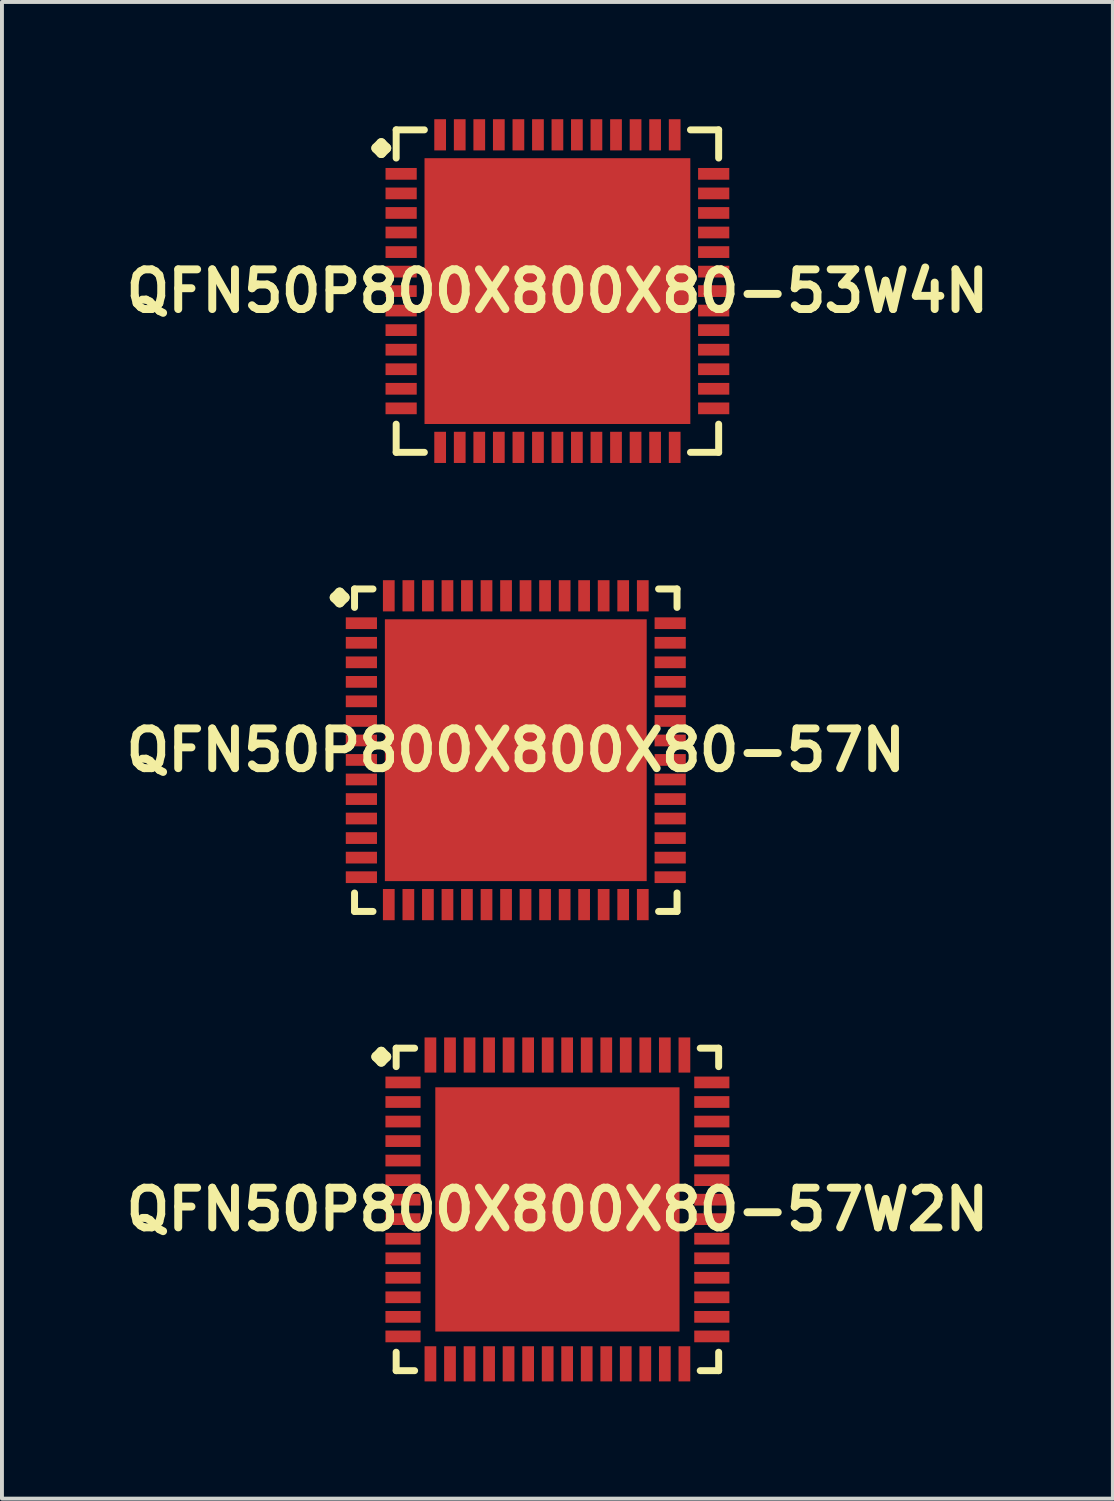
<source format=kicad_pcb>
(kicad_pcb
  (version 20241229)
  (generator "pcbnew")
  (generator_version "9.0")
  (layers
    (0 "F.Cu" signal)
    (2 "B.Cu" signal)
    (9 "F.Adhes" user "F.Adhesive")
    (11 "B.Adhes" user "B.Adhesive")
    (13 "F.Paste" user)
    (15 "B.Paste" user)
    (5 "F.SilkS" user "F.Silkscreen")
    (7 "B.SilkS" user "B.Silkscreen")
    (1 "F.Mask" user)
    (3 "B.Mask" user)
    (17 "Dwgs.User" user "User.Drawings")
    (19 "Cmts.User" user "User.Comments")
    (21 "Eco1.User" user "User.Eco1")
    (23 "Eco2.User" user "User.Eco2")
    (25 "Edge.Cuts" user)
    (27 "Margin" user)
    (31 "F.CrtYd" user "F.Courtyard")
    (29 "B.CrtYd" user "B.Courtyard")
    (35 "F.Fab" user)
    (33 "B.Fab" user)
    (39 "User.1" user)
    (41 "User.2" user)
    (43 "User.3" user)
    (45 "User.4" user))
  (footprint "QFN50P800X800X80-57W2N"
    (layer "F.Cu")
    (at 11.21 27.89)
    (property "Reference" "QFN50P800X800X80-57W2N" (at 0 0 0) (layer "F.SilkS") (effects (font (size 1.016 1.016) (thickness 0.203))))
    (attr smd)
    (fp_line (start -4.633 -3.907) (end -4.506 -4.034) (stroke (width 0.254) (type solid)) (layer "F.SilkS"))
    (fp_line (start -4.506 -4.034) (end -4.379 -3.907) (stroke (width 0.254) (type solid)) (layer "F.SilkS"))
    (fp_line (start -4.506 -3.78) (end -4.633 -3.907) (stroke (width 0.254) (type solid)) (layer "F.SilkS"))
    (fp_line (start -4.379 -3.907) (end -4.506 -3.78) (stroke (width 0.254) (type solid)) (layer "F.SilkS"))
    (fp_line (start -4.125 -4.125) (end -3.653 -4.125) (stroke (width 0.178) (type solid)) (layer "F.SilkS"))
    (fp_line (start -4.125 -3.653) (end -4.125 -4.125) (stroke (width 0.178) (type solid)) (layer "F.SilkS"))
    (fp_line (start -4.125 3.653) (end -4.125 4.125) (stroke (width 0.178) (type solid)) (layer "F.SilkS"))
    (fp_line (start -4.125 4.125) (end -3.653 4.125) (stroke (width 0.178) (type solid)) (layer "F.SilkS"))
    (fp_line (start 3.653 -4.125) (end 4.125 -4.125) (stroke (width 0.178) (type solid)) (layer "F.SilkS"))
    (fp_line (start 3.653 4.125) (end 4.125 4.125) (stroke (width 0.178) (type solid)) (layer "F.SilkS"))
    (fp_line (start 4.125 -4.125) (end 4.125 -3.653) (stroke (width 0.178) (type solid)) (layer "F.SilkS"))
    (fp_line (start 4.125 4.125) (end 4.125 3.653) (stroke (width 0.178) (type solid)) (layer "F.SilkS"))
    (pad "1" smd rect (at -3.95 -3.249) (size 0.899 0.3) (layers "F.Cu" "F.Mask" "F.Paste"))
    (pad "2" smd rect (at -3.95 -2.748) (size 0.899 0.3) (layers "F.Cu" "F.Mask" "F.Paste"))
    (pad "3" smd rect (at -3.95 -2.248) (size 0.899 0.3) (layers "F.Cu" "F.Mask" "F.Paste"))
    (pad "4" smd rect (at -3.95 -1.748) (size 0.899 0.3) (layers "F.Cu" "F.Mask" "F.Paste"))
    (pad "5" smd rect (at -3.95 -1.25) (size 0.899 0.3) (layers "F.Cu" "F.Mask" "F.Paste"))
    (pad "6" smd rect (at -3.95 -0.749) (size 0.899 0.3) (layers "F.Cu" "F.Mask" "F.Paste"))
    (pad "7" smd rect (at -3.95 -0.249) (size 0.899 0.3) (layers "F.Cu" "F.Mask" "F.Paste"))
    (pad "8" smd rect (at -3.95 0.249) (size 0.899 0.3) (layers "F.Cu" "F.Mask" "F.Paste"))
    (pad "9" smd rect (at -3.95 0.749) (size 0.899 0.3) (layers "F.Cu" "F.Mask" "F.Paste"))
    (pad "10" smd rect (at -3.95 1.25) (size 0.899 0.3) (layers "F.Cu" "F.Mask" "F.Paste"))
    (pad "11" smd rect (at -3.95 1.748) (size 0.899 0.3) (layers "F.Cu" "F.Mask" "F.Paste"))
    (pad "12" smd rect (at -3.95 2.248) (size 0.899 0.3) (layers "F.Cu" "F.Mask" "F.Paste"))
    (pad "13" smd rect (at -3.95 2.748) (size 0.899 0.3) (layers "F.Cu" "F.Mask" "F.Paste"))
    (pad "14" smd rect (at -3.95 3.249) (size 0.899 0.3) (layers "F.Cu" "F.Mask" "F.Paste"))
    (pad "15" smd rect (at -3.249 3.95) (size 0.3 0.899) (layers "F.Cu" "F.Mask" "F.Paste"))
    (pad "16" smd rect (at -2.748 3.95) (size 0.3 0.899) (layers "F.Cu" "F.Mask" "F.Paste"))
    (pad "17" smd rect (at -2.248 3.95) (size 0.3 0.899) (layers "F.Cu" "F.Mask" "F.Paste"))
    (pad "18" smd rect (at -1.748 3.95) (size 0.3 0.899) (layers "F.Cu" "F.Mask" "F.Paste"))
    (pad "19" smd rect (at -1.25 3.95) (size 0.3 0.899) (layers "F.Cu" "F.Mask" "F.Paste"))
    (pad "20" smd rect (at -0.749 3.95) (size 0.3 0.899) (layers "F.Cu" "F.Mask" "F.Paste"))
    (pad "21" smd rect (at -0.249 3.95) (size 0.3 0.899) (layers "F.Cu" "F.Mask" "F.Paste"))
    (pad "22" smd rect (at 0.249 3.95) (size 0.3 0.899) (layers "F.Cu" "F.Mask" "F.Paste"))
    (pad "23" smd rect (at 0.749 3.95) (size 0.3 0.899) (layers "F.Cu" "F.Mask" "F.Paste"))
    (pad "24" smd rect (at 1.25 3.95) (size 0.3 0.899) (layers "F.Cu" "F.Mask" "F.Paste"))
    (pad "25" smd rect (at 1.748 3.95) (size 0.3 0.899) (layers "F.Cu" "F.Mask" "F.Paste"))
    (pad "26" smd rect (at 2.248 3.95) (size 0.3 0.899) (layers "F.Cu" "F.Mask" "F.Paste"))
    (pad "27" smd rect (at 2.748 3.95) (size 0.3 0.899) (layers "F.Cu" "F.Mask" "F.Paste"))
    (pad "28" smd rect (at 3.249 3.95) (size 0.3 0.899) (layers "F.Cu" "F.Mask" "F.Paste"))
    (pad "29" smd rect (at 3.95 3.249) (size 0.899 0.3) (layers "F.Cu" "F.Mask" "F.Paste"))
    (pad "30" smd rect (at 3.95 2.748) (size 0.899 0.3) (layers "F.Cu" "F.Mask" "F.Paste"))
    (pad "31" smd rect (at 3.95 2.248) (size 0.899 0.3) (layers "F.Cu" "F.Mask" "F.Paste"))
    (pad "32" smd rect (at 3.95 1.748) (size 0.899 0.3) (layers "F.Cu" "F.Mask" "F.Paste"))
    (pad "33" smd rect (at 3.95 1.25) (size 0.899 0.3) (layers "F.Cu" "F.Mask" "F.Paste"))
    (pad "34" smd rect (at 3.95 0.749) (size 0.899 0.3) (layers "F.Cu" "F.Mask" "F.Paste"))
    (pad "35" smd rect (at 3.95 0.249) (size 0.899 0.3) (layers "F.Cu" "F.Mask" "F.Paste"))
    (pad "36" smd rect (at 3.95 -0.249) (size 0.899 0.3) (layers "F.Cu" "F.Mask" "F.Paste"))
    (pad "37" smd rect (at 3.95 -0.749) (size 0.899 0.3) (layers "F.Cu" "F.Mask" "F.Paste"))
    (pad "38" smd rect (at 3.95 -1.25) (size 0.899 0.3) (layers "F.Cu" "F.Mask" "F.Paste"))
    (pad "39" smd rect (at 3.95 -1.748) (size 0.899 0.3) (layers "F.Cu" "F.Mask" "F.Paste"))
    (pad "40" smd rect (at 3.95 -2.248) (size 0.899 0.3) (layers "F.Cu" "F.Mask" "F.Paste"))
    (pad "41" smd rect (at 3.95 -2.748) (size 0.899 0.3) (layers "F.Cu" "F.Mask" "F.Paste"))
    (pad "42" smd rect (at 3.95 -3.249) (size 0.899 0.3) (layers "F.Cu" "F.Mask" "F.Paste"))
    (pad "43" smd rect (at 3.249 -3.95) (size 0.3 0.899) (layers "F.Cu" "F.Mask" "F.Paste"))
    (pad "44" smd rect (at 2.748 -3.95) (size 0.3 0.899) (layers "F.Cu" "F.Mask" "F.Paste"))
    (pad "45" smd rect (at 2.248 -3.95) (size 0.3 0.899) (layers "F.Cu" "F.Mask" "F.Paste"))
    (pad "46" smd rect (at 1.748 -3.95) (size 0.3 0.899) (layers "F.Cu" "F.Mask" "F.Paste"))
    (pad "47" smd rect (at 1.25 -3.95) (size 0.3 0.899) (layers "F.Cu" "F.Mask" "F.Paste"))
    (pad "48" smd rect (at 0.749 -3.95) (size 0.3 0.899) (layers "F.Cu" "F.Mask" "F.Paste"))
    (pad "49" smd rect (at 0.249 -3.95) (size 0.3 0.899) (layers "F.Cu" "F.Mask" "F.Paste"))
    (pad "50" smd rect (at -0.249 -3.95) (size 0.3 0.899) (layers "F.Cu" "F.Mask" "F.Paste"))
    (pad "51" smd rect (at -0.749 -3.95) (size 0.3 0.899) (layers "F.Cu" "F.Mask" "F.Paste"))
    (pad "52" smd rect (at -1.25 -3.95) (size 0.3 0.899) (layers "F.Cu" "F.Mask" "F.Paste"))
    (pad "53" smd rect (at -1.748 -3.95) (size 0.3 0.899) (layers "F.Cu" "F.Mask" "F.Paste"))
    (pad "54" smd rect (at -2.248 -3.95) (size 0.3 0.899) (layers "F.Cu" "F.Mask" "F.Paste"))
    (pad "55" smd rect (at -2.748 -3.95) (size 0.3 0.899) (layers "F.Cu" "F.Mask" "F.Paste"))
    (pad "56" smd rect (at -3.249 -3.95) (size 0.3 0.899) (layers "F.Cu" "F.Mask" "F.Paste"))
    (pad "57" smd rect (at 0 0) (size 6.248 6.248) (layers "F.Cu" "F.Mask" "F.Paste")))
  (footprint "QFN50P800X800X80-57N"
    (layer "F.Cu")
    (at 10.145 16.142)
    (property "Reference" "QFN50P800X800X80-57N" (at 0 0 0) (layer "F.SilkS") (effects (font (size 1.016 1.016) (thickness 0.203))))
    (attr smd)
    (fp_line (start -4.633 -3.907) (end -4.506 -4.034) (stroke (width 0.254) (type solid)) (layer "F.SilkS"))
    (fp_line (start -4.506 -4.034) (end -4.379 -3.907) (stroke (width 0.254) (type solid)) (layer "F.SilkS"))
    (fp_line (start -4.506 -3.78) (end -4.633 -3.907) (stroke (width 0.254) (type solid)) (layer "F.SilkS"))
    (fp_line (start -4.379 -3.907) (end -4.506 -3.78) (stroke (width 0.254) (type solid)) (layer "F.SilkS"))
    (fp_line (start -4.125 -4.125) (end -3.653 -4.125) (stroke (width 0.178) (type solid)) (layer "F.SilkS"))
    (fp_line (start -4.125 -3.653) (end -4.125 -4.125) (stroke (width 0.178) (type solid)) (layer "F.SilkS"))
    (fp_line (start -4.125 3.653) (end -4.125 4.125) (stroke (width 0.178) (type solid)) (layer "F.SilkS"))
    (fp_line (start -4.125 4.125) (end -3.653 4.125) (stroke (width 0.178) (type solid)) (layer "F.SilkS"))
    (fp_line (start 3.653 -4.125) (end 4.125 -4.125) (stroke (width 0.178) (type solid)) (layer "F.SilkS"))
    (fp_line (start 3.653 4.125) (end 4.125 4.125) (stroke (width 0.178) (type solid)) (layer "F.SilkS"))
    (fp_line (start 4.125 -4.125) (end 4.125 -3.653) (stroke (width 0.178) (type solid)) (layer "F.SilkS"))
    (fp_line (start 4.125 4.125) (end 4.125 3.653) (stroke (width 0.178) (type solid)) (layer "F.SilkS"))
    (pad "1" smd rect (at -3.95 -3.249) (size 0.798 0.3) (layers "F.Cu" "F.Mask" "F.Paste"))
    (pad "2" smd rect (at -3.95 -2.748) (size 0.798 0.3) (layers "F.Cu" "F.Mask" "F.Paste"))
    (pad "3" smd rect (at -3.95 -2.248) (size 0.798 0.3) (layers "F.Cu" "F.Mask" "F.Paste"))
    (pad "4" smd rect (at -3.95 -1.748) (size 0.798 0.3) (layers "F.Cu" "F.Mask" "F.Paste"))
    (pad "5" smd rect (at -3.95 -1.25) (size 0.798 0.3) (layers "F.Cu" "F.Mask" "F.Paste"))
    (pad "6" smd rect (at -3.95 -0.749) (size 0.798 0.3) (layers "F.Cu" "F.Mask" "F.Paste"))
    (pad "7" smd rect (at -3.95 -0.249) (size 0.798 0.3) (layers "F.Cu" "F.Mask" "F.Paste"))
    (pad "8" smd rect (at -3.95 0.249) (size 0.798 0.3) (layers "F.Cu" "F.Mask" "F.Paste"))
    (pad "9" smd rect (at -3.95 0.749) (size 0.798 0.3) (layers "F.Cu" "F.Mask" "F.Paste"))
    (pad "10" smd rect (at -3.95 1.25) (size 0.798 0.3) (layers "F.Cu" "F.Mask" "F.Paste"))
    (pad "11" smd rect (at -3.95 1.748) (size 0.798 0.3) (layers "F.Cu" "F.Mask" "F.Paste"))
    (pad "12" smd rect (at -3.95 2.248) (size 0.798 0.3) (layers "F.Cu" "F.Mask" "F.Paste"))
    (pad "13" smd rect (at -3.95 2.748) (size 0.798 0.3) (layers "F.Cu" "F.Mask" "F.Paste"))
    (pad "14" smd rect (at -3.95 3.249) (size 0.798 0.3) (layers "F.Cu" "F.Mask" "F.Paste"))
    (pad "15" smd rect (at -3.249 3.95) (size 0.3 0.798) (layers "F.Cu" "F.Mask" "F.Paste"))
    (pad "16" smd rect (at -2.748 3.95) (size 0.3 0.798) (layers "F.Cu" "F.Mask" "F.Paste"))
    (pad "17" smd rect (at -2.248 3.95) (size 0.3 0.798) (layers "F.Cu" "F.Mask" "F.Paste"))
    (pad "18" smd rect (at -1.748 3.95) (size 0.3 0.798) (layers "F.Cu" "F.Mask" "F.Paste"))
    (pad "19" smd rect (at -1.25 3.95) (size 0.3 0.798) (layers "F.Cu" "F.Mask" "F.Paste"))
    (pad "20" smd rect (at -0.749 3.95) (size 0.3 0.798) (layers "F.Cu" "F.Mask" "F.Paste"))
    (pad "21" smd rect (at -0.249 3.95) (size 0.3 0.798) (layers "F.Cu" "F.Mask" "F.Paste"))
    (pad "22" smd rect (at 0.249 3.95) (size 0.3 0.798) (layers "F.Cu" "F.Mask" "F.Paste"))
    (pad "23" smd rect (at 0.749 3.95) (size 0.3 0.798) (layers "F.Cu" "F.Mask" "F.Paste"))
    (pad "24" smd rect (at 1.25 3.95) (size 0.3 0.798) (layers "F.Cu" "F.Mask" "F.Paste"))
    (pad "25" smd rect (at 1.748 3.95) (size 0.3 0.798) (layers "F.Cu" "F.Mask" "F.Paste"))
    (pad "26" smd rect (at 2.248 3.95) (size 0.3 0.798) (layers "F.Cu" "F.Mask" "F.Paste"))
    (pad "27" smd rect (at 2.748 3.95) (size 0.3 0.798) (layers "F.Cu" "F.Mask" "F.Paste"))
    (pad "28" smd rect (at 3.249 3.95) (size 0.3 0.798) (layers "F.Cu" "F.Mask" "F.Paste"))
    (pad "29" smd rect (at 3.95 3.249) (size 0.798 0.3) (layers "F.Cu" "F.Mask" "F.Paste"))
    (pad "30" smd rect (at 3.95 2.748) (size 0.798 0.3) (layers "F.Cu" "F.Mask" "F.Paste"))
    (pad "31" smd rect (at 3.95 2.248) (size 0.798 0.3) (layers "F.Cu" "F.Mask" "F.Paste"))
    (pad "32" smd rect (at 3.95 1.748) (size 0.798 0.3) (layers "F.Cu" "F.Mask" "F.Paste"))
    (pad "33" smd rect (at 3.95 1.25) (size 0.798 0.3) (layers "F.Cu" "F.Mask" "F.Paste"))
    (pad "34" smd rect (at 3.95 0.749) (size 0.798 0.3) (layers "F.Cu" "F.Mask" "F.Paste"))
    (pad "35" smd rect (at 3.95 0.249) (size 0.798 0.3) (layers "F.Cu" "F.Mask" "F.Paste"))
    (pad "36" smd rect (at 3.95 -0.249) (size 0.798 0.3) (layers "F.Cu" "F.Mask" "F.Paste"))
    (pad "37" smd rect (at 3.95 -0.749) (size 0.798 0.3) (layers "F.Cu" "F.Mask" "F.Paste"))
    (pad "38" smd rect (at 3.95 -1.25) (size 0.798 0.3) (layers "F.Cu" "F.Mask" "F.Paste"))
    (pad "39" smd rect (at 3.95 -1.748) (size 0.798 0.3) (layers "F.Cu" "F.Mask" "F.Paste"))
    (pad "40" smd rect (at 3.95 -2.248) (size 0.798 0.3) (layers "F.Cu" "F.Mask" "F.Paste"))
    (pad "41" smd rect (at 3.95 -2.748) (size 0.798 0.3) (layers "F.Cu" "F.Mask" "F.Paste"))
    (pad "42" smd rect (at 3.95 -3.249) (size 0.798 0.3) (layers "F.Cu" "F.Mask" "F.Paste"))
    (pad "43" smd rect (at 3.249 -3.95) (size 0.3 0.798) (layers "F.Cu" "F.Mask" "F.Paste"))
    (pad "44" smd rect (at 2.748 -3.95) (size 0.3 0.798) (layers "F.Cu" "F.Mask" "F.Paste"))
    (pad "45" smd rect (at 2.248 -3.95) (size 0.3 0.798) (layers "F.Cu" "F.Mask" "F.Paste"))
    (pad "46" smd rect (at 1.748 -3.95) (size 0.3 0.798) (layers "F.Cu" "F.Mask" "F.Paste"))
    (pad "47" smd rect (at 1.25 -3.95) (size 0.3 0.798) (layers "F.Cu" "F.Mask" "F.Paste"))
    (pad "48" smd rect (at 0.749 -3.95) (size 0.3 0.798) (layers "F.Cu" "F.Mask" "F.Paste"))
    (pad "49" smd rect (at 0.249 -3.95) (size 0.3 0.798) (layers "F.Cu" "F.Mask" "F.Paste"))
    (pad "50" smd rect (at -0.249 -3.95) (size 0.3 0.798) (layers "F.Cu" "F.Mask" "F.Paste"))
    (pad "51" smd rect (at -0.749 -3.95) (size 0.3 0.798) (layers "F.Cu" "F.Mask" "F.Paste"))
    (pad "52" smd rect (at -1.25 -3.95) (size 0.3 0.798) (layers "F.Cu" "F.Mask" "F.Paste"))
    (pad "53" smd rect (at -1.748 -3.95) (size 0.3 0.798) (layers "F.Cu" "F.Mask" "F.Paste"))
    (pad "54" smd rect (at -2.248 -3.95) (size 0.3 0.798) (layers "F.Cu" "F.Mask" "F.Paste"))
    (pad "55" smd rect (at -2.748 -3.95) (size 0.3 0.798) (layers "F.Cu" "F.Mask" "F.Paste"))
    (pad "56" smd rect (at -3.249 -3.95) (size 0.3 0.798) (layers "F.Cu" "F.Mask" "F.Paste"))
    (pad "57" smd rect (at 0 0) (size 6.698 6.698) (layers "F.Cu" "F.Mask" "F.Paste")))
  (footprint "QFN50P800X800X80-53W4N"
    (layer "F.Cu")
    (at 11.21 4.397)
    (property "Reference" "QFN50P800X800X80-53W4N" (at 0 0 0) (layer "F.SilkS") (effects (font (size 1.016 1.016) (thickness 0.203))))
    (attr smd)
    (fp_line (start -4.633 -3.658) (end -4.506 -3.785) (stroke (width 0.254) (type solid)) (layer "F.SilkS"))
    (fp_line (start -4.506 -3.785) (end -4.379 -3.658) (stroke (width 0.254) (type solid)) (layer "F.SilkS"))
    (fp_line (start -4.506 -3.531) (end -4.633 -3.658) (stroke (width 0.254) (type solid)) (layer "F.SilkS"))
    (fp_line (start -4.379 -3.658) (end -4.506 -3.531) (stroke (width 0.254) (type solid)) (layer "F.SilkS"))
    (fp_line (start -4.125 -4.125) (end -3.404 -4.125) (stroke (width 0.178) (type solid)) (layer "F.SilkS"))
    (fp_line (start -4.125 -3.404) (end -4.125 -4.125) (stroke (width 0.178) (type solid)) (layer "F.SilkS"))
    (fp_line (start -4.125 3.404) (end -4.125 4.125) (stroke (width 0.178) (type solid)) (layer "F.SilkS"))
    (fp_line (start -4.125 4.125) (end -3.404 4.125) (stroke (width 0.178) (type solid)) (layer "F.SilkS"))
    (fp_line (start 3.404 -4.125) (end 4.125 -4.125) (stroke (width 0.178) (type solid)) (layer "F.SilkS"))
    (fp_line (start 3.404 4.125) (end 4.125 4.125) (stroke (width 0.178) (type solid)) (layer "F.SilkS"))
    (fp_line (start 4.125 -4.125) (end 4.125 -3.404) (stroke (width 0.178) (type solid)) (layer "F.SilkS"))
    (fp_line (start 4.125 4.125) (end 4.125 3.404) (stroke (width 0.178) (type solid)) (layer "F.SilkS"))
    (pad "1" smd rect (at -3.998 -3) (size 0.798 0.3) (layers "F.Cu" "F.Mask" "F.Paste"))
    (pad "2" smd rect (at -3.998 -2.499) (size 0.798 0.3) (layers "F.Cu" "F.Mask" "F.Paste"))
    (pad "3" smd rect (at -3.998 -1.999) (size 0.798 0.3) (layers "F.Cu" "F.Mask" "F.Paste"))
    (pad "4" smd rect (at -3.998 -1.499) (size 0.798 0.3) (layers "F.Cu" "F.Mask" "F.Paste"))
    (pad "5" smd rect (at -3.998 -0.998) (size 0.798 0.3) (layers "F.Cu" "F.Mask" "F.Paste"))
    (pad "6" smd rect (at -3.998 -0.498) (size 0.798 0.3) (layers "F.Cu" "F.Mask" "F.Paste"))
    (pad "7" smd rect (at -3.998 0) (size 0.798 0.3) (layers "F.Cu" "F.Mask" "F.Paste"))
    (pad "8" smd rect (at -3.998 0.498) (size 0.798 0.3) (layers "F.Cu" "F.Mask" "F.Paste"))
    (pad "9" smd rect (at -3.998 0.998) (size 0.798 0.3) (layers "F.Cu" "F.Mask" "F.Paste"))
    (pad "10" smd rect (at -3.998 1.499) (size 0.798 0.3) (layers "F.Cu" "F.Mask" "F.Paste"))
    (pad "11" smd rect (at -3.998 1.999) (size 0.798 0.3) (layers "F.Cu" "F.Mask" "F.Paste"))
    (pad "12" smd rect (at -3.998 2.499) (size 0.798 0.3) (layers "F.Cu" "F.Mask" "F.Paste"))
    (pad "13" smd rect (at -3.998 3) (size 0.798 0.3) (layers "F.Cu" "F.Mask" "F.Paste"))
    (pad "14" smd rect (at -3 3.998) (size 0.3 0.798) (layers "F.Cu" "F.Mask" "F.Paste"))
    (pad "15" smd rect (at -2.499 3.998) (size 0.3 0.798) (layers "F.Cu" "F.Mask" "F.Paste"))
    (pad "16" smd rect (at -1.999 3.998) (size 0.3 0.798) (layers "F.Cu" "F.Mask" "F.Paste"))
    (pad "17" smd rect (at -1.499 3.998) (size 0.3 0.798) (layers "F.Cu" "F.Mask" "F.Paste"))
    (pad "18" smd rect (at -0.998 3.998) (size 0.3 0.798) (layers "F.Cu" "F.Mask" "F.Paste"))
    (pad "19" smd rect (at -0.498 3.998) (size 0.3 0.798) (layers "F.Cu" "F.Mask" "F.Paste"))
    (pad "20" smd rect (at 0 3.998) (size 0.3 0.798) (layers "F.Cu" "F.Mask" "F.Paste"))
    (pad "21" smd rect (at 0.498 3.998) (size 0.3 0.798) (layers "F.Cu" "F.Mask" "F.Paste"))
    (pad "22" smd rect (at 0.998 3.998) (size 0.3 0.798) (layers "F.Cu" "F.Mask" "F.Paste"))
    (pad "23" smd rect (at 1.499 3.998) (size 0.3 0.798) (layers "F.Cu" "F.Mask" "F.Paste"))
    (pad "24" smd rect (at 1.999 3.998) (size 0.3 0.798) (layers "F.Cu" "F.Mask" "F.Paste"))
    (pad "25" smd rect (at 2.499 3.998) (size 0.3 0.798) (layers "F.Cu" "F.Mask" "F.Paste"))
    (pad "26" smd rect (at 3 3.998) (size 0.3 0.798) (layers "F.Cu" "F.Mask" "F.Paste"))
    (pad "27" smd rect (at 3.998 3) (size 0.798 0.3) (layers "F.Cu" "F.Mask" "F.Paste"))
    (pad "28" smd rect (at 3.998 2.499) (size 0.798 0.3) (layers "F.Cu" "F.Mask" "F.Paste"))
    (pad "29" smd rect (at 3.998 1.999) (size 0.798 0.3) (layers "F.Cu" "F.Mask" "F.Paste"))
    (pad "30" smd rect (at 3.998 1.499) (size 0.798 0.3) (layers "F.Cu" "F.Mask" "F.Paste"))
    (pad "31" smd rect (at 3.998 0.998) (size 0.798 0.3) (layers "F.Cu" "F.Mask" "F.Paste"))
    (pad "32" smd rect (at 3.998 0.498) (size 0.798 0.3) (layers "F.Cu" "F.Mask" "F.Paste"))
    (pad "33" smd rect (at 3.998 0) (size 0.798 0.3) (layers "F.Cu" "F.Mask" "F.Paste"))
    (pad "34" smd rect (at 3.998 -0.498) (size 0.798 0.3) (layers "F.Cu" "F.Mask" "F.Paste"))
    (pad "35" smd rect (at 3.998 -0.998) (size 0.798 0.3) (layers "F.Cu" "F.Mask" "F.Paste"))
    (pad "36" smd rect (at 3.998 -1.499) (size 0.798 0.3) (layers "F.Cu" "F.Mask" "F.Paste"))
    (pad "37" smd rect (at 3.998 -1.999) (size 0.798 0.3) (layers "F.Cu" "F.Mask" "F.Paste"))
    (pad "38" smd rect (at 3.998 -2.499) (size 0.798 0.3) (layers "F.Cu" "F.Mask" "F.Paste"))
    (pad "39" smd rect (at 3.998 -3) (size 0.798 0.3) (layers "F.Cu" "F.Mask" "F.Paste"))
    (pad "40" smd rect (at 3 -3.998) (size 0.3 0.798) (layers "F.Cu" "F.Mask" "F.Paste"))
    (pad "41" smd rect (at 2.499 -3.998) (size 0.3 0.798) (layers "F.Cu" "F.Mask" "F.Paste"))
    (pad "42" smd rect (at 1.999 -3.998) (size 0.3 0.798) (layers "F.Cu" "F.Mask" "F.Paste"))
    (pad "43" smd rect (at 1.499 -3.998) (size 0.3 0.798) (layers "F.Cu" "F.Mask" "F.Paste"))
    (pad "44" smd rect (at 0.998 -3.998) (size 0.3 0.798) (layers "F.Cu" "F.Mask" "F.Paste"))
    (pad "45" smd rect (at 0.498 -3.998) (size 0.3 0.798) (layers "F.Cu" "F.Mask" "F.Paste"))
    (pad "46" smd rect (at 0 -3.998) (size 0.3 0.798) (layers "F.Cu" "F.Mask" "F.Paste"))
    (pad "47" smd rect (at -0.498 -3.998) (size 0.3 0.798) (layers "F.Cu" "F.Mask" "F.Paste"))
    (pad "48" smd rect (at -0.998 -3.998) (size 0.3 0.798) (layers "F.Cu" "F.Mask" "F.Paste"))
    (pad "49" smd rect (at -1.499 -3.998) (size 0.3 0.798) (layers "F.Cu" "F.Mask" "F.Paste"))
    (pad "50" smd rect (at -1.999 -3.998) (size 0.3 0.798) (layers "F.Cu" "F.Mask" "F.Paste"))
    (pad "51" smd rect (at -2.499 -3.998) (size 0.3 0.798) (layers "F.Cu" "F.Mask" "F.Paste"))
    (pad "52" smd rect (at -3 -3.998) (size 0.3 0.798) (layers "F.Cu" "F.Mask" "F.Paste"))
    (pad "53" smd rect (at 0 0) (size 6.8 6.8) (layers "F.Cu" "F.Mask" "F.Paste")))
  (gr_rect
    (start -3 -3)
    (end 25.42 35.289)
    (stroke (width 0.1) (type default))
    (fill no)
    (layer "Edge.Cuts")))
</source>
